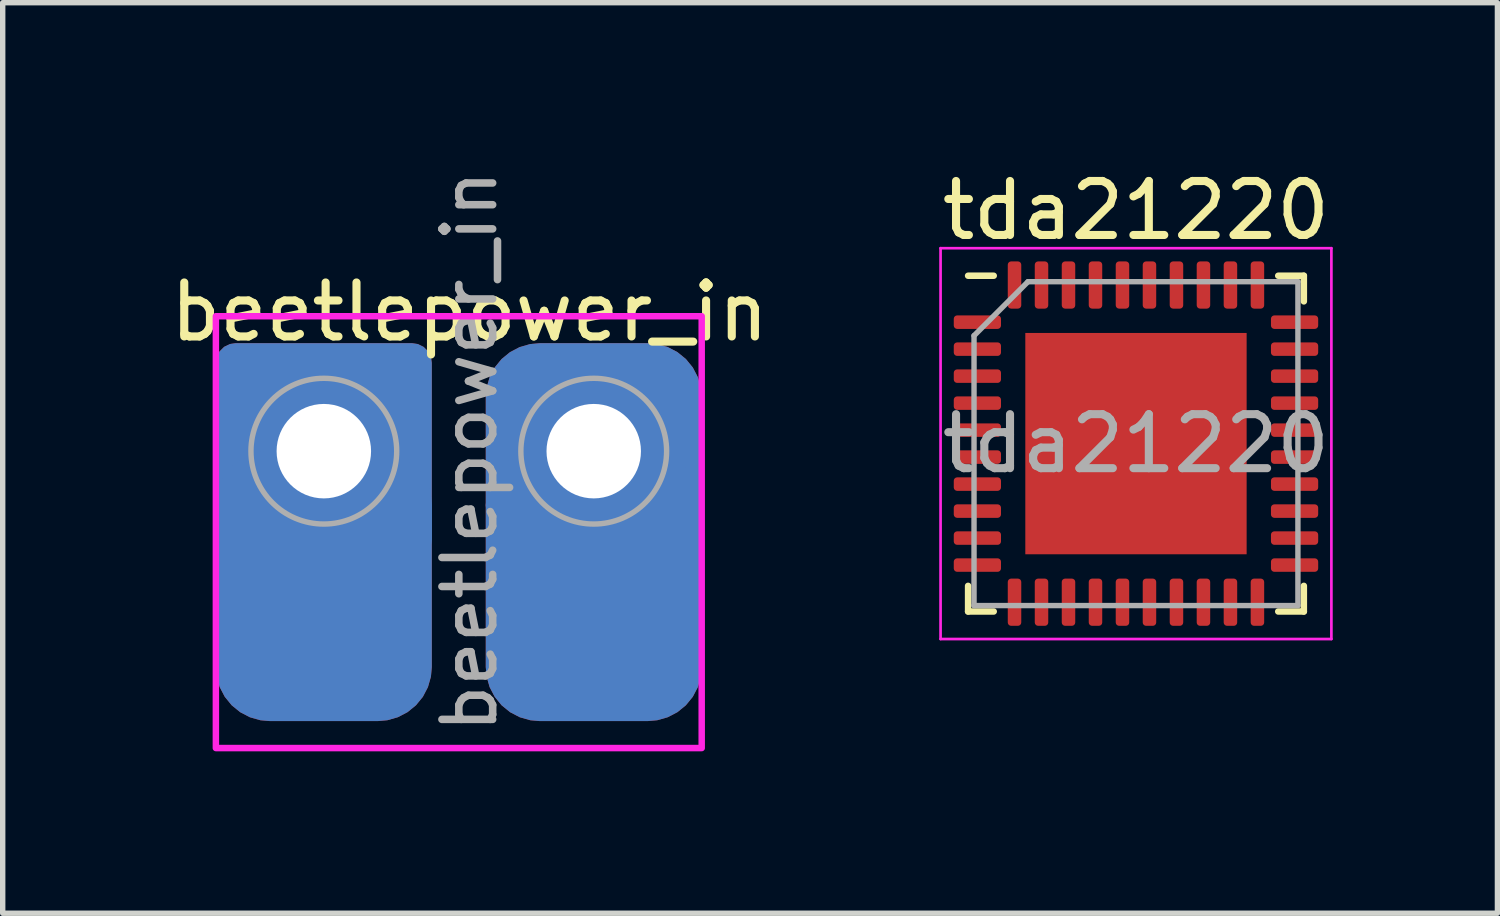
<source format=kicad_pcb>
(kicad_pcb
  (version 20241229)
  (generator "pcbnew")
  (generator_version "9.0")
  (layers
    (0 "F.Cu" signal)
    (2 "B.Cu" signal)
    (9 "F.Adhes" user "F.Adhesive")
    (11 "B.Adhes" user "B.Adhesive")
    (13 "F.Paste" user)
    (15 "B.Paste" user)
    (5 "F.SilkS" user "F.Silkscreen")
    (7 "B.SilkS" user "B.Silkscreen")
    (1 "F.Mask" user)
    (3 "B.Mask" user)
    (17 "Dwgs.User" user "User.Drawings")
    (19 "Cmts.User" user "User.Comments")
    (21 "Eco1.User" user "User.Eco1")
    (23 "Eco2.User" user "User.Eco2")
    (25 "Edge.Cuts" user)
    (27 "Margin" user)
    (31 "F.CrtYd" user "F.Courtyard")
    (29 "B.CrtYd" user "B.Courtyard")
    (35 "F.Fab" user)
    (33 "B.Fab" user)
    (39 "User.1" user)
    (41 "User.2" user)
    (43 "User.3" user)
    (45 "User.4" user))
  (footprint "beetlepower_in"
    (layer "F.Cu")
    (at 2.949 5.308)
    (property "Reference" "beetlepower_in" (at 2.7 -2.58 0) (layer "F.SilkS") (effects (font (size 1 1) (thickness 0.15))))
    (attr exclude_from_pos_files exclude_from_bom)
    (fp_rect (start 7 -2.5) (end -2 5.5) (stroke (width 0.12) (type solid)) (fill no) (layer "F.CrtYd"))
    (fp_circle (center 0 0) (end 1.35 0) (stroke (width 0.1) (type solid)) (fill no) (layer "F.Fab"))
    (fp_circle (center 5 0) (end 6.35 0) (stroke (width 0.1) (type solid)) (fill no) (layer "F.Fab"))
    (fp_text user "${REFERENCE}" (at 2.7 0 90) (layer "F.Fab") (effects (font (size 0.94 0.94) (thickness 0.14))))
    (pad "1" thru_hole roundrect (at 0 0) (size 4 4) (drill 1.75) (layers "*.Cu" "*.Mask") (roundrect_rratio 0.091))
    (pad "1" smd roundrect (at 0 2.5) (size 4 5) (layers "F.Cu" "F.Mask") (roundrect_rratio 0.25))
    (pad "1" smd roundrect (at 0 2.5) (size 4 5) (layers "B.Cu" "B.Mask") (roundrect_rratio 0.25))
    (pad "2" thru_hole roundrect (at 5 0) (size 4 4) (drill 1.75) (layers "*.Cu" "*.Mask") (roundrect_rratio 0.25))
    (pad "2" smd roundrect (at 5 2.5) (size 4 5) (layers "F.Cu" "F.Mask") (roundrect_rratio 0.25))
    (pad "2" smd roundrect (at 5 2.5) (size 4 5) (layers "B.Cu" "B.Mask") (roundrect_rratio 0.25)))
  (footprint "tda21220"
    (layer "F.Cu")
    (at 17.994 5.168)
    (property "Reference" "tda21220" (at 0 -4.32 0) (layer "F.SilkS") (effects (font (size 1 1) (thickness 0.15))))
    (attr smd)
    (fp_line (start -3.11 3.11) (end -3.11 2.635) (stroke (width 0.12) (type solid)) (layer "F.SilkS"))
    (fp_line (start -2.635 -3.11) (end -3.11 -3.11) (stroke (width 0.12) (type solid)) (layer "F.SilkS"))
    (fp_line (start -2.635 3.11) (end -3.11 3.11) (stroke (width 0.12) (type solid)) (layer "F.SilkS"))
    (fp_line (start 2.635 -3.11) (end 3.11 -3.11) (stroke (width 0.12) (type solid)) (layer "F.SilkS"))
    (fp_line (start 2.635 3.11) (end 3.11 3.11) (stroke (width 0.12) (type solid)) (layer "F.SilkS"))
    (fp_line (start 3.11 -3.11) (end 3.11 -2.635) (stroke (width 0.12) (type solid)) (layer "F.SilkS"))
    (fp_line (start 3.11 3.11) (end 3.11 2.635) (stroke (width 0.12) (type solid)) (layer "F.SilkS"))
    (fp_line (start -3.62 -3.62) (end -3.62 3.62) (stroke (width 0.05) (type solid)) (layer "F.CrtYd"))
    (fp_line (start -3.62 3.62) (end 3.62 3.62) (stroke (width 0.05) (type solid)) (layer "F.CrtYd"))
    (fp_line (start 3.62 -3.62) (end -3.62 -3.62) (stroke (width 0.05) (type solid)) (layer "F.CrtYd"))
    (fp_line (start 3.62 3.62) (end 3.62 -3.62) (stroke (width 0.05) (type solid)) (layer "F.CrtYd"))
    (fp_line (start -3 -2) (end -2 -3) (stroke (width 0.1) (type solid)) (layer "F.Fab"))
    (fp_line (start -3 3) (end -3 -2) (stroke (width 0.1) (type solid)) (layer "F.Fab"))
    (fp_line (start -2 -3) (end 3 -3) (stroke (width 0.1) (type solid)) (layer "F.Fab"))
    (fp_line (start 3 -3) (end 3 3) (stroke (width 0.1) (type solid)) (layer "F.Fab"))
    (fp_line (start 3 3) (end -3 3) (stroke (width 0.1) (type solid)) (layer "F.Fab"))
    (fp_text user "${REFERENCE}" (at 0 0 0) (layer "F.Fab") (effects (font (size 1 1) (thickness 0.15))))
    (pad "" smd roundrect (at -1.37 -1.37) (size 1.1 1.1) (layers "F.Paste") (roundrect_rratio 0.227))
    (pad "" smd roundrect (at -1.37 0) (size 1.1 1.1) (layers "F.Paste") (roundrect_rratio 0.227))
    (pad "" smd roundrect (at -1.37 1.37) (size 1.1 1.1) (layers "F.Paste") (roundrect_rratio 0.227))
    (pad "" smd roundrect (at 0 -1.37) (size 1.1 1.1) (layers "F.Paste") (roundrect_rratio 0.227))
    (pad "" smd roundrect (at 0 0) (size 1.1 1.1) (layers "F.Paste") (roundrect_rratio 0.227))
    (pad "" smd roundrect (at 0 1.37) (size 1.1 1.1) (layers "F.Paste") (roundrect_rratio 0.227))
    (pad "" smd roundrect (at 1.37 -1.37) (size 1.1 1.1) (layers "F.Paste") (roundrect_rratio 0.227))
    (pad "" smd roundrect (at 1.37 0) (size 1.1 1.1) (layers "F.Paste") (roundrect_rratio 0.227))
    (pad "" smd roundrect (at 1.37 1.37) (size 1.1 1.1) (layers "F.Paste") (roundrect_rratio 0.227))
    (pad "1" smd roundrect (at -2.938 -2.25) (size 0.875 0.25) (layers "F.Cu" "F.Mask" "F.Paste") (roundrect_rratio 0.25))
    (pad "2" smd roundrect (at -2.938 -1.75) (size 0.875 0.25) (layers "F.Cu" "F.Mask" "F.Paste") (roundrect_rratio 0.25))
    (pad "3" smd roundrect (at -2.938 -1.25) (size 0.875 0.25) (layers "F.Cu" "F.Mask" "F.Paste") (roundrect_rratio 0.25))
    (pad "4" smd roundrect (at -2.938 -0.75) (size 0.875 0.25) (layers "F.Cu" "F.Mask" "F.Paste") (roundrect_rratio 0.25))
    (pad "5" smd roundrect (at -2.938 -0.25) (size 0.875 0.25) (layers "F.Cu" "F.Mask" "F.Paste") (roundrect_rratio 0.25))
    (pad "6" smd roundrect (at -2.938 0.25) (size 0.875 0.25) (layers "F.Cu" "F.Mask" "F.Paste") (roundrect_rratio 0.25))
    (pad "7" smd roundrect (at -2.938 0.75) (size 0.875 0.25) (layers "F.Cu" "F.Mask" "F.Paste") (roundrect_rratio 0.25))
    (pad "8" smd roundrect (at -2.938 1.25) (size 0.875 0.25) (layers "F.Cu" "F.Mask" "F.Paste") (roundrect_rratio 0.25))
    (pad "9" smd roundrect (at -2.938 1.75) (size 0.875 0.25) (layers "F.Cu" "F.Mask" "F.Paste") (roundrect_rratio 0.25))
    (pad "10" smd roundrect (at -2.938 2.25) (size 0.875 0.25) (layers "F.Cu" "F.Mask" "F.Paste") (roundrect_rratio 0.25))
    (pad "11" smd roundrect (at -2.25 2.938) (size 0.25 0.875) (layers "F.Cu" "F.Mask" "F.Paste") (roundrect_rratio 0.25))
    (pad "12" smd roundrect (at -1.75 2.938) (size 0.25 0.875) (layers "F.Cu" "F.Mask" "F.Paste") (roundrect_rratio 0.25))
    (pad "13" smd roundrect (at -1.25 2.938) (size 0.25 0.875) (layers "F.Cu" "F.Mask" "F.Paste") (roundrect_rratio 0.25))
    (pad "14" smd roundrect (at -0.75 2.938) (size 0.25 0.875) (layers "F.Cu" "F.Mask" "F.Paste") (roundrect_rratio 0.25))
    (pad "15" smd roundrect (at -0.25 2.938) (size 0.25 0.875) (layers "F.Cu" "F.Mask" "F.Paste") (roundrect_rratio 0.25))
    (pad "16" smd roundrect (at 0.25 2.938) (size 0.25 0.875) (layers "F.Cu" "F.Mask" "F.Paste") (roundrect_rratio 0.25))
    (pad "17" smd roundrect (at 0.75 2.938) (size 0.25 0.875) (layers "F.Cu" "F.Mask" "F.Paste") (roundrect_rratio 0.25))
    (pad "18" smd roundrect (at 1.25 2.938) (size 0.25 0.875) (layers "F.Cu" "F.Mask" "F.Paste") (roundrect_rratio 0.25))
    (pad "19" smd roundrect (at 1.75 2.938) (size 0.25 0.875) (layers "F.Cu" "F.Mask" "F.Paste") (roundrect_rratio 0.25))
    (pad "20" smd roundrect (at 2.25 2.938) (size 0.25 0.875) (layers "F.Cu" "F.Mask" "F.Paste") (roundrect_rratio 0.25))
    (pad "21" smd roundrect (at 2.938 2.25) (size 0.875 0.25) (layers "F.Cu" "F.Mask" "F.Paste") (roundrect_rratio 0.25))
    (pad "22" smd roundrect (at 2.938 1.75) (size 0.875 0.25) (layers "F.Cu" "F.Mask" "F.Paste") (roundrect_rratio 0.25))
    (pad "23" smd roundrect (at 2.938 1.25) (size 0.875 0.25) (layers "F.Cu" "F.Mask" "F.Paste") (roundrect_rratio 0.25))
    (pad "24" smd roundrect (at 2.938 0.75) (size 0.875 0.25) (layers "F.Cu" "F.Mask" "F.Paste") (roundrect_rratio 0.25))
    (pad "25" smd roundrect (at 2.938 0.25) (size 0.875 0.25) (layers "F.Cu" "F.Mask" "F.Paste") (roundrect_rratio 0.25))
    (pad "26" smd roundrect (at 2.938 -0.25) (size 0.875 0.25) (layers "F.Cu" "F.Mask" "F.Paste") (roundrect_rratio 0.25))
    (pad "27" smd roundrect (at 2.938 -0.75) (size 0.875 0.25) (layers "F.Cu" "F.Mask" "F.Paste") (roundrect_rratio 0.25))
    (pad "28" smd roundrect (at 2.938 -1.25) (size 0.875 0.25) (layers "F.Cu" "F.Mask" "F.Paste") (roundrect_rratio 0.25))
    (pad "29" smd roundrect (at 2.938 -1.75) (size 0.875 0.25) (layers "F.Cu" "F.Mask" "F.Paste") (roundrect_rratio 0.25))
    (pad "30" smd roundrect (at 2.938 -2.25) (size 0.875 0.25) (layers "F.Cu" "F.Mask" "F.Paste") (roundrect_rratio 0.25))
    (pad "31" smd roundrect (at 2.25 -2.938) (size 0.25 0.875) (layers "F.Cu" "F.Mask" "F.Paste") (roundrect_rratio 0.25))
    (pad "32" smd roundrect (at 1.75 -2.938) (size 0.25 0.875) (layers "F.Cu" "F.Mask" "F.Paste") (roundrect_rratio 0.25))
    (pad "33" smd roundrect (at 1.25 -2.938) (size 0.25 0.875) (layers "F.Cu" "F.Mask" "F.Paste") (roundrect_rratio 0.25))
    (pad "34" smd roundrect (at 0.75 -2.938) (size 0.25 0.875) (layers "F.Cu" "F.Mask" "F.Paste") (roundrect_rratio 0.25))
    (pad "35" smd roundrect (at 0.25 -2.938) (size 0.25 0.875) (layers "F.Cu" "F.Mask" "F.Paste") (roundrect_rratio 0.25))
    (pad "36" smd roundrect (at -0.25 -2.938) (size 0.25 0.875) (layers "F.Cu" "F.Mask" "F.Paste") (roundrect_rratio 0.25))
    (pad "37" smd roundrect (at -0.75 -2.938) (size 0.25 0.875) (layers "F.Cu" "F.Mask" "F.Paste") (roundrect_rratio 0.25))
    (pad "38" smd roundrect (at -1.25 -2.938) (size 0.25 0.875) (layers "F.Cu" "F.Mask" "F.Paste") (roundrect_rratio 0.25))
    (pad "39" smd roundrect (at -1.75 -2.938) (size 0.25 0.875) (layers "F.Cu" "F.Mask" "F.Paste") (roundrect_rratio 0.25))
    (pad "40" smd roundrect (at -2.25 -2.938) (size 0.25 0.875) (layers "F.Cu" "F.Mask" "F.Paste") (roundrect_rratio 0.25))
    (pad "41" smd rect (at 0 0) (size 4.1 4.1) (layers "F.Cu" "F.Mask")))
  (gr_rect
    (start -3 -3)
    (end 24.69 13.868)
    (stroke (width 0.1) (type default))
    (fill no)
    (layer "Edge.Cuts")))
</source>
